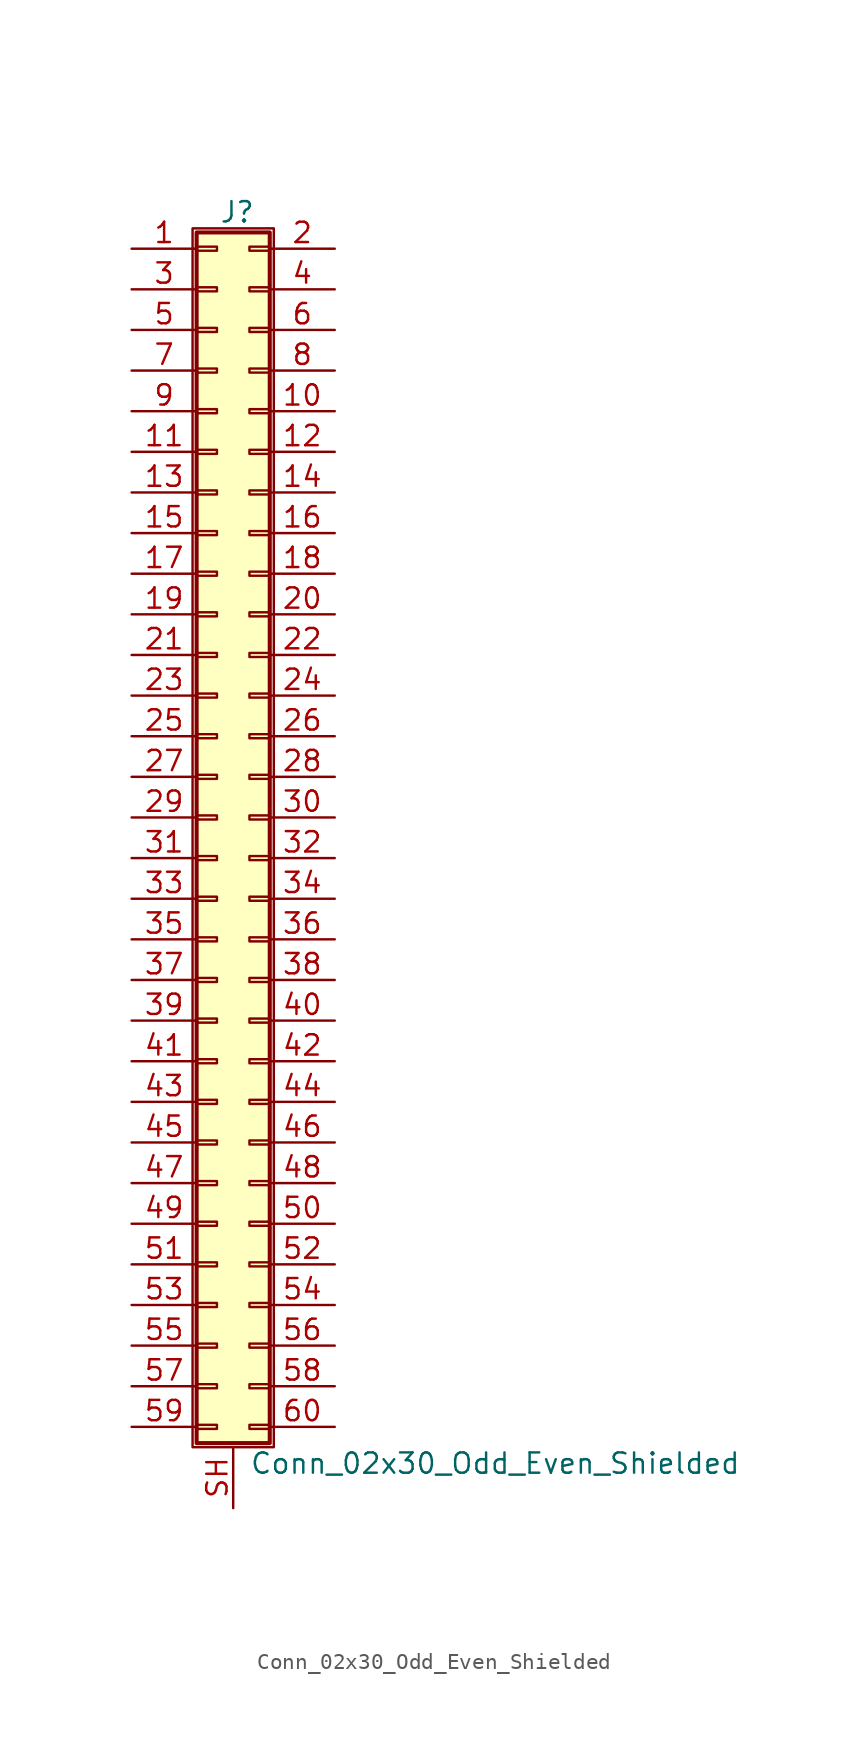
<source format=kicad_sym>
(kicad_symbol_lib
  (version 20201005)
  (generator kicad_symbol_editor)
  (symbol "Conn_02x30_Odd_Even_Shielded"
    (pin_names
      (offset 1.016) hide)
    (property "Reference" "J"
      (at 1.524 37.846 0)
      (effects (font (size 1.27 1.27))))
    (property "Value" "Conn_02x30_Odd_Even_Shielded"
      (at 2.286 -40.386 0)
      (effects (font (size 1.27 1.27)) (justify left)))
    (symbol "Conn_02x30_Odd_Even_Shielded_1_1"
      (rectangle (start -1.27 36.83) (end 3.81 -39.37) (stroke (width 0.152)) (fill (type none)))
      (rectangle (start -1.016 -37.973) (end 0.254 -38.227) (stroke (width 0.152)) (fill (type none)))
      (rectangle (start -1.016 -35.433) (end 0.254 -35.687) (stroke (width 0.152)) (fill (type none)))
      (rectangle (start -1.016 -32.893) (end 0.254 -33.147) (stroke (width 0.152)) (fill (type none)))
      (rectangle (start -1.016 -30.353) (end 0.254 -30.607) (stroke (width 0.152)) (fill (type none)))
      (rectangle (start -1.016 -27.813) (end 0.254 -28.067) (stroke (width 0.152)) (fill (type none)))
      (rectangle (start -1.016 -25.273) (end 0.254 -25.527) (stroke (width 0.152)) (fill (type none)))
      (rectangle (start -1.016 -22.733) (end 0.254 -22.987) (stroke (width 0.152)) (fill (type none)))
      (rectangle (start -1.016 -20.193) (end 0.254 -20.447) (stroke (width 0.152)) (fill (type none)))
      (rectangle (start -1.016 -17.653) (end 0.254 -17.907) (stroke (width 0.152)) (fill (type none)))
      (rectangle (start -1.016 -15.113) (end 0.254 -15.367) (stroke (width 0.152)) (fill (type none)))
      (rectangle (start -1.016 -12.573) (end 0.254 -12.827) (stroke (width 0.152)) (fill (type none)))
      (rectangle (start -1.016 -10.033) (end 0.254 -10.287) (stroke (width 0.152)) (fill (type none)))
      (rectangle (start -1.016 -7.493) (end 0.254 -7.747) (stroke (width 0.152)) (fill (type none)))
      (rectangle (start -1.016 -4.953) (end 0.254 -5.207) (stroke (width 0.152)) (fill (type none)))
      (rectangle (start -1.016 -2.413) (end 0.254 -2.667) (stroke (width 0.152)) (fill (type none)))
      (rectangle (start -1.016 0.127) (end 0.254 -0.127) (stroke (width 0.152)) (fill (type none)))
      (rectangle (start -1.016 2.667) (end 0.254 2.413) (stroke (width 0.152)) (fill (type none)))
      (rectangle (start -1.016 5.207) (end 0.254 4.953) (stroke (width 0.152)) (fill (type none)))
      (rectangle (start -1.016 7.747) (end 0.254 7.493) (stroke (width 0.152)) (fill (type none)))
      (rectangle (start -1.016 10.287) (end 0.254 10.033) (stroke (width 0.152)) (fill (type none)))
      (rectangle (start -1.016 12.827) (end 0.254 12.573) (stroke (width 0.152)) (fill (type none)))
      (rectangle (start -1.016 15.367) (end 0.254 15.113) (stroke (width 0.152)) (fill (type none)))
      (rectangle (start -1.016 17.907) (end 0.254 17.653) (stroke (width 0.152)) (fill (type none)))
      (rectangle (start -1.016 20.447) (end 0.254 20.193) (stroke (width 0.152)) (fill (type none)))
      (rectangle (start -1.016 22.987) (end 0.254 22.733) (stroke (width 0.152)) (fill (type none)))
      (rectangle (start -1.016 25.527) (end 0.254 25.273) (stroke (width 0.152)) (fill (type none)))
      (rectangle (start -1.016 28.067) (end 0.254 27.813) (stroke (width 0.152)) (fill (type none)))
      (rectangle (start -1.016 30.607) (end 0.254 30.353) (stroke (width 0.152)) (fill (type none)))
      (rectangle (start -1.016 33.147) (end 0.254 32.893) (stroke (width 0.152)) (fill (type none)))
      (rectangle (start -1.016 35.687) (end 0.254 35.433) (stroke (width 0.152)) (fill (type none)))
      (rectangle (start 3.556 -37.973) (end 2.286 -38.227) (stroke (width 0.152)) (fill (type none)))
      (rectangle (start 3.556 -35.433) (end 2.286 -35.687) (stroke (width 0.152)) (fill (type none)))
      (rectangle (start 3.556 -32.893) (end 2.286 -33.147) (stroke (width 0.152)) (fill (type none)))
      (rectangle (start 3.556 -30.353) (end 2.286 -30.607) (stroke (width 0.152)) (fill (type none)))
      (rectangle (start 3.556 -27.813) (end 2.286 -28.067) (stroke (width 0.152)) (fill (type none)))
      (rectangle (start 3.556 -25.273) (end 2.286 -25.527) (stroke (width 0.152)) (fill (type none)))
      (rectangle (start 3.556 -22.733) (end 2.286 -22.987) (stroke (width 0.152)) (fill (type none)))
      (rectangle (start 3.556 -20.193) (end 2.286 -20.447) (stroke (width 0.152)) (fill (type none)))
      (rectangle (start 3.556 -17.653) (end 2.286 -17.907) (stroke (width 0.152)) (fill (type none)))
      (rectangle (start 3.556 -15.113) (end 2.286 -15.367) (stroke (width 0.152)) (fill (type none)))
      (rectangle (start 3.556 -12.573) (end 2.286 -12.827) (stroke (width 0.152)) (fill (type none)))
      (rectangle (start 3.556 -10.033) (end 2.286 -10.287) (stroke (width 0.152)) (fill (type none)))
      (rectangle (start 3.556 -7.493) (end 2.286 -7.747) (stroke (width 0.152)) (fill (type none)))
      (rectangle (start 3.556 -4.953) (end 2.286 -5.207) (stroke (width 0.152)) (fill (type none)))
      (rectangle (start 3.556 -2.413) (end 2.286 -2.667) (stroke (width 0.152)) (fill (type none)))
      (rectangle (start 3.556 0.127) (end 2.286 -0.127) (stroke (width 0.152)) (fill (type none)))
      (rectangle (start 3.556 2.667) (end 2.286 2.413) (stroke (width 0.152)) (fill (type none)))
      (rectangle (start 3.556 5.207) (end 2.286 4.953) (stroke (width 0.152)) (fill (type none)))
      (rectangle (start 3.556 7.747) (end 2.286 7.493) (stroke (width 0.152)) (fill (type none)))
      (rectangle (start 3.556 10.287) (end 2.286 10.033) (stroke (width 0.152)) (fill (type none)))
      (rectangle (start 3.556 12.827) (end 2.286 12.573) (stroke (width 0.152)) (fill (type none)))
      (rectangle (start 3.556 15.367) (end 2.286 15.113) (stroke (width 0.152)) (fill (type none)))
      (rectangle (start 3.556 17.907) (end 2.286 17.653) (stroke (width 0.152)) (fill (type none)))
      (rectangle (start 3.556 20.447) (end 2.286 20.193) (stroke (width 0.152)) (fill (type none)))
      (rectangle (start 3.556 22.987) (end 2.286 22.733) (stroke (width 0.152)) (fill (type none)))
      (rectangle (start 3.556 25.527) (end 2.286 25.273) (stroke (width 0.152)) (fill (type none)))
      (rectangle (start 3.556 28.067) (end 2.286 27.813) (stroke (width 0.152)) (fill (type none)))
      (rectangle (start 3.556 30.607) (end 2.286 30.353) (stroke (width 0.152)) (fill (type none)))
      (rectangle (start 3.556 33.147) (end 2.286 32.893) (stroke (width 0.152)) (fill (type none)))
      (rectangle (start 3.556 35.687) (end 2.286 35.433) (stroke (width 0.152)) (fill (type none)))
      (rectangle (start -1.016 36.576) (end 3.556 -39.116) (stroke (width 0.254)) (fill (type background)))
      (pin passive line (at -5.08 35.56 0) (length 4.064) (name "Pin_1" (effects (font (size 1.27 1.27)))) (number "1" (effects (font (size 1.27 1.27)))))
      (pin passive line (at 7.62 25.4 180) (length 4.064) (name "Pin_10" (effects (font (size 1.27 1.27)))) (number "10" (effects (font (size 1.27 1.27)))))
      (pin passive line (at -5.08 22.86 0) (length 4.064) (name "Pin_11" (effects (font (size 1.27 1.27)))) (number "11" (effects (font (size 1.27 1.27)))))
      (pin passive line (at 7.62 22.86 180) (length 4.064) (name "Pin_12" (effects (font (size 1.27 1.27)))) (number "12" (effects (font (size 1.27 1.27)))))
      (pin passive line (at -5.08 20.32 0) (length 4.064) (name "Pin_13" (effects (font (size 1.27 1.27)))) (number "13" (effects (font (size 1.27 1.27)))))
      (pin passive line (at 7.62 20.32 180) (length 4.064) (name "Pin_14" (effects (font (size 1.27 1.27)))) (number "14" (effects (font (size 1.27 1.27)))))
      (pin passive line (at -5.08 17.78 0) (length 4.064) (name "Pin_15" (effects (font (size 1.27 1.27)))) (number "15" (effects (font (size 1.27 1.27)))))
      (pin passive line (at 7.62 17.78 180) (length 4.064) (name "Pin_16" (effects (font (size 1.27 1.27)))) (number "16" (effects (font (size 1.27 1.27)))))
      (pin passive line (at -5.08 15.24 0) (length 4.064) (name "Pin_17" (effects (font (size 1.27 1.27)))) (number "17" (effects (font (size 1.27 1.27)))))
      (pin passive line (at 7.62 15.24 180) (length 4.064) (name "Pin_18" (effects (font (size 1.27 1.27)))) (number "18" (effects (font (size 1.27 1.27)))))
      (pin passive line (at -5.08 12.7 0) (length 4.064) (name "Pin_19" (effects (font (size 1.27 1.27)))) (number "19" (effects (font (size 1.27 1.27)))))
      (pin passive line (at 7.62 35.56 180) (length 4.064) (name "Pin_2" (effects (font (size 1.27 1.27)))) (number "2" (effects (font (size 1.27 1.27)))))
      (pin passive line (at 7.62 12.7 180) (length 4.064) (name "Pin_20" (effects (font (size 1.27 1.27)))) (number "20" (effects (font (size 1.27 1.27)))))
      (pin passive line (at -5.08 10.16 0) (length 4.064) (name "Pin_21" (effects (font (size 1.27 1.27)))) (number "21" (effects (font (size 1.27 1.27)))))
      (pin passive line (at 7.62 10.16 180) (length 4.064) (name "Pin_22" (effects (font (size 1.27 1.27)))) (number "22" (effects (font (size 1.27 1.27)))))
      (pin passive line (at -5.08 7.62 0) (length 4.064) (name "Pin_23" (effects (font (size 1.27 1.27)))) (number "23" (effects (font (size 1.27 1.27)))))
      (pin passive line (at 7.62 7.62 180) (length 4.064) (name "Pin_24" (effects (font (size 1.27 1.27)))) (number "24" (effects (font (size 1.27 1.27)))))
      (pin passive line (at -5.08 5.08 0) (length 4.064) (name "Pin_25" (effects (font (size 1.27 1.27)))) (number "25" (effects (font (size 1.27 1.27)))))
      (pin passive line (at 7.62 5.08 180) (length 4.064) (name "Pin_26" (effects (font (size 1.27 1.27)))) (number "26" (effects (font (size 1.27 1.27)))))
      (pin passive line (at -5.08 2.54 0) (length 4.064) (name "Pin_27" (effects (font (size 1.27 1.27)))) (number "27" (effects (font (size 1.27 1.27)))))
      (pin passive line (at 7.62 2.54 180) (length 4.064) (name "Pin_28" (effects (font (size 1.27 1.27)))) (number "28" (effects (font (size 1.27 1.27)))))
      (pin passive line (at -5.08 0 0) (length 4.064) (name "Pin_29" (effects (font (size 1.27 1.27)))) (number "29" (effects (font (size 1.27 1.27)))))
      (pin passive line (at -5.08 33.02 0) (length 4.064) (name "Pin_3" (effects (font (size 1.27 1.27)))) (number "3" (effects (font (size 1.27 1.27)))))
      (pin passive line (at 7.62 0 180) (length 4.064) (name "Pin_30" (effects (font (size 1.27 1.27)))) (number "30" (effects (font (size 1.27 1.27)))))
      (pin passive line (at -5.08 -2.54 0) (length 4.064) (name "Pin_31" (effects (font (size 1.27 1.27)))) (number "31" (effects (font (size 1.27 1.27)))))
      (pin passive line (at 7.62 -2.54 180) (length 4.064) (name "Pin_32" (effects (font (size 1.27 1.27)))) (number "32" (effects (font (size 1.27 1.27)))))
      (pin passive line (at -5.08 -5.08 0) (length 4.064) (name "Pin_33" (effects (font (size 1.27 1.27)))) (number "33" (effects (font (size 1.27 1.27)))))
      (pin passive line (at 7.62 -5.08 180) (length 4.064) (name "Pin_34" (effects (font (size 1.27 1.27)))) (number "34" (effects (font (size 1.27 1.27)))))
      (pin passive line (at -5.08 -7.62 0) (length 4.064) (name "Pin_35" (effects (font (size 1.27 1.27)))) (number "35" (effects (font (size 1.27 1.27)))))
      (pin passive line (at 7.62 -7.62 180) (length 4.064) (name "Pin_36" (effects (font (size 1.27 1.27)))) (number "36" (effects (font (size 1.27 1.27)))))
      (pin passive line (at -5.08 -10.16 0) (length 4.064) (name "Pin_37" (effects (font (size 1.27 1.27)))) (number "37" (effects (font (size 1.27 1.27)))))
      (pin passive line (at 7.62 -10.16 180) (length 4.064) (name "Pin_38" (effects (font (size 1.27 1.27)))) (number "38" (effects (font (size 1.27 1.27)))))
      (pin passive line (at -5.08 -12.7 0) (length 4.064) (name "Pin_39" (effects (font (size 1.27 1.27)))) (number "39" (effects (font (size 1.27 1.27)))))
      (pin passive line (at 7.62 33.02 180) (length 4.064) (name "Pin_4" (effects (font (size 1.27 1.27)))) (number "4" (effects (font (size 1.27 1.27)))))
      (pin passive line (at 7.62 -12.7 180) (length 4.064) (name "Pin_40" (effects (font (size 1.27 1.27)))) (number "40" (effects (font (size 1.27 1.27)))))
      (pin passive line (at -5.08 -15.24 0) (length 4.064) (name "Pin_41" (effects (font (size 1.27 1.27)))) (number "41" (effects (font (size 1.27 1.27)))))
      (pin passive line (at 7.62 -15.24 180) (length 4.064) (name "Pin_42" (effects (font (size 1.27 1.27)))) (number "42" (effects (font (size 1.27 1.27)))))
      (pin passive line (at -5.08 -17.78 0) (length 4.064) (name "Pin_43" (effects (font (size 1.27 1.27)))) (number "43" (effects (font (size 1.27 1.27)))))
      (pin passive line (at 7.62 -17.78 180) (length 4.064) (name "Pin_44" (effects (font (size 1.27 1.27)))) (number "44" (effects (font (size 1.27 1.27)))))
      (pin passive line (at -5.08 -20.32 0) (length 4.064) (name "Pin_45" (effects (font (size 1.27 1.27)))) (number "45" (effects (font (size 1.27 1.27)))))
      (pin passive line (at 7.62 -20.32 180) (length 4.064) (name "Pin_46" (effects (font (size 1.27 1.27)))) (number "46" (effects (font (size 1.27 1.27)))))
      (pin passive line (at -5.08 -22.86 0) (length 4.064) (name "Pin_47" (effects (font (size 1.27 1.27)))) (number "47" (effects (font (size 1.27 1.27)))))
      (pin passive line (at 7.62 -22.86 180) (length 4.064) (name "Pin_48" (effects (font (size 1.27 1.27)))) (number "48" (effects (font (size 1.27 1.27)))))
      (pin passive line (at -5.08 -25.4 0) (length 4.064) (name "Pin_49" (effects (font (size 1.27 1.27)))) (number "49" (effects (font (size 1.27 1.27)))))
      (pin passive line (at -5.08 30.48 0) (length 4.064) (name "Pin_5" (effects (font (size 1.27 1.27)))) (number "5" (effects (font (size 1.27 1.27)))))
      (pin passive line (at 7.62 -25.4 180) (length 4.064) (name "Pin_50" (effects (font (size 1.27 1.27)))) (number "50" (effects (font (size 1.27 1.27)))))
      (pin passive line (at -5.08 -27.94 0) (length 4.064) (name "Pin_51" (effects (font (size 1.27 1.27)))) (number "51" (effects (font (size 1.27 1.27)))))
      (pin passive line (at 7.62 -27.94 180) (length 4.064) (name "Pin_52" (effects (font (size 1.27 1.27)))) (number "52" (effects (font (size 1.27 1.27)))))
      (pin passive line (at -5.08 -30.48 0) (length 4.064) (name "Pin_53" (effects (font (size 1.27 1.27)))) (number "53" (effects (font (size 1.27 1.27)))))
      (pin passive line (at 7.62 -30.48 180) (length 4.064) (name "Pin_54" (effects (font (size 1.27 1.27)))) (number "54" (effects (font (size 1.27 1.27)))))
      (pin passive line (at -5.08 -33.02 0) (length 4.064) (name "Pin_55" (effects (font (size 1.27 1.27)))) (number "55" (effects (font (size 1.27 1.27)))))
      (pin passive line (at 7.62 -33.02 180) (length 4.064) (name "Pin_56" (effects (font (size 1.27 1.27)))) (number "56" (effects (font (size 1.27 1.27)))))
      (pin passive line (at -5.08 -35.56 0) (length 4.064) (name "Pin_57" (effects (font (size 1.27 1.27)))) (number "57" (effects (font (size 1.27 1.27)))))
      (pin passive line (at 7.62 -35.56 180) (length 4.064) (name "Pin_58" (effects (font (size 1.27 1.27)))) (number "58" (effects (font (size 1.27 1.27)))))
      (pin passive line (at -5.08 -38.1 0) (length 4.064) (name "Pin_59" (effects (font (size 1.27 1.27)))) (number "59" (effects (font (size 1.27 1.27)))))
      (pin passive line (at 7.62 30.48 180) (length 4.064) (name "Pin_6" (effects (font (size 1.27 1.27)))) (number "6" (effects (font (size 1.27 1.27)))))
      (pin passive line (at 7.62 -38.1 180) (length 4.064) (name "Pin_60" (effects (font (size 1.27 1.27)))) (number "60" (effects (font (size 1.27 1.27)))))
      (pin passive line (at -5.08 27.94 0) (length 4.064) (name "Pin_7" (effects (font (size 1.27 1.27)))) (number "7" (effects (font (size 1.27 1.27)))))
      (pin passive line (at 7.62 27.94 180) (length 4.064) (name "Pin_8" (effects (font (size 1.27 1.27)))) (number "8" (effects (font (size 1.27 1.27)))))
      (pin passive line (at -5.08 25.4 0) (length 4.064) (name "Pin_9" (effects (font (size 1.27 1.27)))) (number "9" (effects (font (size 1.27 1.27)))))
      (pin passive line (at 1.27 -43.18 90) (length 3.81) (name "Shield" (effects (font (size 1.27 1.27)))) (number "SH" (effects (font (size 1.27 1.27))))))))
</source>
